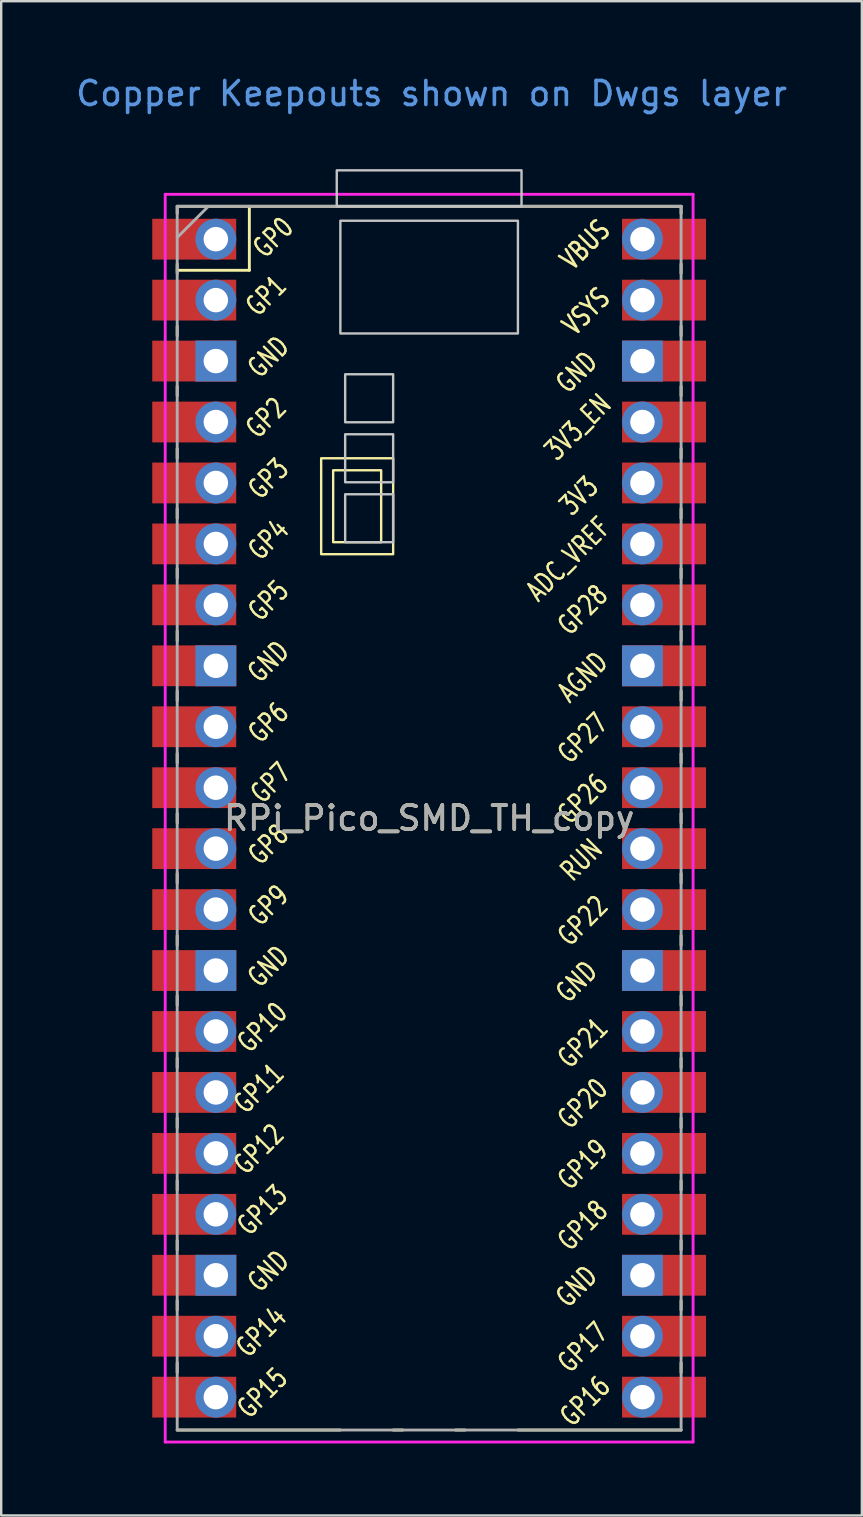
<source format=kicad_pcb>
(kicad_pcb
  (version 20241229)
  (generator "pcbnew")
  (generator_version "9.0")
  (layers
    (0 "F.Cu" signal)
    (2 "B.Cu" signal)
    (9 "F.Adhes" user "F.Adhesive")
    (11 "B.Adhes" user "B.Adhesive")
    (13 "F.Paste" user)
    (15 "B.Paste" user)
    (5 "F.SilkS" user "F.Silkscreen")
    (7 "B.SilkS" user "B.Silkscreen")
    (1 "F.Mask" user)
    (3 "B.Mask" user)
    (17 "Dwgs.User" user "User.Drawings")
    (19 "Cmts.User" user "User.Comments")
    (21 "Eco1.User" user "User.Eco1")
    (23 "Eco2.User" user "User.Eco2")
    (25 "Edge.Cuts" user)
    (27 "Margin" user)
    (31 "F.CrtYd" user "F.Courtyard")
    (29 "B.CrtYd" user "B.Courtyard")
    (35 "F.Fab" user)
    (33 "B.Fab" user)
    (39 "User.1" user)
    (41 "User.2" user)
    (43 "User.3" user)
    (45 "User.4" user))
  (footprint "RPi_Pico_SMD_TH_copy"
    (layer "F.Cu")
    (at 14.835 31.048)
    (property "Reference" "RPi_Pico_SMD_TH_copy" (at 0 0 0) (layer "F.SilkS") (effects (font (size 1 1) (thickness 0.15))))
    (attr smd)
    (fp_line (start -10.5 -25.5) (end -10.5 -25.2) (stroke (width 0.12) (type solid)) (layer "F.SilkS"))
    (fp_line (start -10.5 -25.5) (end 10.5 -25.5) (stroke (width 0.12) (type solid)) (layer "F.SilkS"))
    (fp_line (start -10.5 -23.1) (end -10.5 -22.7) (stroke (width 0.12) (type solid)) (layer "F.SilkS"))
    (fp_line (start -10.5 -22.833) (end -7.493 -22.833) (stroke (width 0.12) (type solid)) (layer "F.SilkS"))
    (fp_line (start -10.5 -20.5) (end -10.5 -20.1) (stroke (width 0.12) (type solid)) (layer "F.SilkS"))
    (fp_line (start -10.5 -18) (end -10.5 -17.6) (stroke (width 0.12) (type solid)) (layer "F.SilkS"))
    (fp_line (start -10.5 -15.4) (end -10.5 -15) (stroke (width 0.12) (type solid)) (layer "F.SilkS"))
    (fp_line (start -10.5 -12.9) (end -10.5 -12.5) (stroke (width 0.12) (type solid)) (layer "F.SilkS"))
    (fp_line (start -10.5 -10.4) (end -10.5 -10) (stroke (width 0.12) (type solid)) (layer "F.SilkS"))
    (fp_line (start -10.5 -7.8) (end -10.5 -7.4) (stroke (width 0.12) (type solid)) (layer "F.SilkS"))
    (fp_line (start -10.5 -5.3) (end -10.5 -4.9) (stroke (width 0.12) (type solid)) (layer "F.SilkS"))
    (fp_line (start -10.5 -2.7) (end -10.5 -2.3) (stroke (width 0.12) (type solid)) (layer "F.SilkS"))
    (fp_line (start -10.5 -0.2) (end -10.5 0.2) (stroke (width 0.12) (type solid)) (layer "F.SilkS"))
    (fp_line (start -10.5 2.3) (end -10.5 2.7) (stroke (width 0.12) (type solid)) (layer "F.SilkS"))
    (fp_line (start -10.5 4.9) (end -10.5 5.3) (stroke (width 0.12) (type solid)) (layer "F.SilkS"))
    (fp_line (start -10.5 7.4) (end -10.5 7.8) (stroke (width 0.12) (type solid)) (layer "F.SilkS"))
    (fp_line (start -10.5 10) (end -10.5 10.4) (stroke (width 0.12) (type solid)) (layer "F.SilkS"))
    (fp_line (start -10.5 12.5) (end -10.5 12.9) (stroke (width 0.12) (type solid)) (layer "F.SilkS"))
    (fp_line (start -10.5 15.1) (end -10.5 15.5) (stroke (width 0.12) (type solid)) (layer "F.SilkS"))
    (fp_line (start -10.5 17.6) (end -10.5 18) (stroke (width 0.12) (type solid)) (layer "F.SilkS"))
    (fp_line (start -10.5 20.1) (end -10.5 20.5) (stroke (width 0.12) (type solid)) (layer "F.SilkS"))
    (fp_line (start -10.5 22.7) (end -10.5 23.1) (stroke (width 0.12) (type solid)) (layer "F.SilkS"))
    (fp_line (start -7.493 -22.833) (end -7.493 -25.5) (stroke (width 0.12) (type solid)) (layer "F.SilkS"))
    (fp_line (start -3.7 25.5) (end -10.5 25.5) (stroke (width 0.12) (type solid)) (layer "F.SilkS"))
    (fp_line (start -1.5 25.5) (end -1.1 25.5) (stroke (width 0.12) (type solid)) (layer "F.SilkS"))
    (fp_line (start 1.1 25.5) (end 1.5 25.5) (stroke (width 0.12) (type solid)) (layer "F.SilkS"))
    (fp_line (start 10.5 -25.5) (end 10.5 -25.2) (stroke (width 0.12) (type solid)) (layer "F.SilkS"))
    (fp_line (start 10.5 -23.1) (end 10.5 -22.7) (stroke (width 0.12) (type solid)) (layer "F.SilkS"))
    (fp_line (start 10.5 -20.5) (end 10.5 -20.1) (stroke (width 0.12) (type solid)) (layer "F.SilkS"))
    (fp_line (start 10.5 -18) (end 10.5 -17.6) (stroke (width 0.12) (type solid)) (layer "F.SilkS"))
    (fp_line (start 10.5 -15.4) (end 10.5 -15) (stroke (width 0.12) (type solid)) (layer "F.SilkS"))
    (fp_line (start 10.5 -12.9) (end 10.5 -12.5) (stroke (width 0.12) (type solid)) (layer "F.SilkS"))
    (fp_line (start 10.5 -10.4) (end 10.5 -10) (stroke (width 0.12) (type solid)) (layer "F.SilkS"))
    (fp_line (start 10.5 -7.8) (end 10.5 -7.4) (stroke (width 0.12) (type solid)) (layer "F.SilkS"))
    (fp_line (start 10.5 -5.3) (end 10.5 -4.9) (stroke (width 0.12) (type solid)) (layer "F.SilkS"))
    (fp_line (start 10.5 -2.7) (end 10.5 -2.3) (stroke (width 0.12) (type solid)) (layer "F.SilkS"))
    (fp_line (start 10.5 -0.2) (end 10.5 0.2) (stroke (width 0.12) (type solid)) (layer "F.SilkS"))
    (fp_line (start 10.5 2.3) (end 10.5 2.7) (stroke (width 0.12) (type solid)) (layer "F.SilkS"))
    (fp_line (start 10.5 4.9) (end 10.5 5.3) (stroke (width 0.12) (type solid)) (layer "F.SilkS"))
    (fp_line (start 10.5 7.4) (end 10.5 7.8) (stroke (width 0.12) (type solid)) (layer "F.SilkS"))
    (fp_line (start 10.5 10) (end 10.5 10.4) (stroke (width 0.12) (type solid)) (layer "F.SilkS"))
    (fp_line (start 10.5 12.5) (end 10.5 12.9) (stroke (width 0.12) (type solid)) (layer "F.SilkS"))
    (fp_line (start 10.5 15.1) (end 10.5 15.5) (stroke (width 0.12) (type solid)) (layer "F.SilkS"))
    (fp_line (start 10.5 17.6) (end 10.5 18) (stroke (width 0.12) (type solid)) (layer "F.SilkS"))
    (fp_line (start 10.5 20.1) (end 10.5 20.5) (stroke (width 0.12) (type solid)) (layer "F.SilkS"))
    (fp_line (start 10.5 22.7) (end 10.5 23.1) (stroke (width 0.12) (type solid)) (layer "F.SilkS"))
    (fp_line (start 10.5 25.5) (end 3.7 25.5) (stroke (width 0.12) (type solid)) (layer "F.SilkS"))
    (fp_rect (start -2 -11.5) (end -4 -14.5) (stroke (width 0.1) (type default)) (fill no) (layer "F.SilkS"))
    (fp_rect (start -1.5 -11) (end -4.5 -15) (stroke (width 0.1) (type default)) (fill no) (layer "F.SilkS"))
    (fp_rect (start -3.85 -27) (end 3.85 -25.5) (stroke (width 0.1) (type solid)) (fill no) (layer "Dwgs.User"))
    (fp_poly (pts (xy -1.5 -16.5) (xy -3.5 -16.5) (xy -3.5 -18.5) (xy -1.5 -18.5)) (stroke (width 0.1) (type solid)) (fill no) (layer "Dwgs.User"))
    (fp_poly (pts (xy -1.5 -14) (xy -3.5 -14) (xy -3.5 -16) (xy -1.5 -16)) (stroke (width 0.1) (type solid)) (fill no) (layer "Dwgs.User"))
    (fp_poly (pts (xy -1.5 -11.5) (xy -3.5 -11.5) (xy -3.5 -13.5) (xy -1.5 -13.5)) (stroke (width 0.1) (type solid)) (fill no) (layer "Dwgs.User"))
    (fp_poly (pts (xy 3.7 -20.2) (xy -3.7 -20.2) (xy -3.7 -24.9) (xy 3.7 -24.9)) (stroke (width 0.1) (type solid)) (fill no) (layer "Dwgs.User"))
    (fp_line (start -11 -26) (end 11 -26) (stroke (width 0.12) (type solid)) (layer "F.CrtYd"))
    (fp_line (start -11 26) (end -11 -26) (stroke (width 0.12) (type solid)) (layer "F.CrtYd"))
    (fp_line (start 11 -26) (end 11 26) (stroke (width 0.12) (type solid)) (layer "F.CrtYd"))
    (fp_line (start 11 26) (end -11 26) (stroke (width 0.12) (type solid)) (layer "F.CrtYd"))
    (fp_line (start -10.5 -25.5) (end 10.5 -25.5) (stroke (width 0.12) (type solid)) (layer "F.Fab"))
    (fp_line (start -10.5 -24.2) (end -9.2 -25.5) (stroke (width 0.12) (type solid)) (layer "F.Fab"))
    (fp_line (start -10.5 25.5) (end -10.5 -25.5) (stroke (width 0.12) (type solid)) (layer "F.Fab"))
    (fp_line (start 10.5 -25.5) (end 10.5 25.5) (stroke (width 0.12) (type solid)) (layer "F.Fab"))
    (fp_line (start 10.5 25.5) (end -10.5 25.5) (stroke (width 0.12) (type solid)) (layer "F.Fab"))
    (fp_text user "3V3" (at 6.246 -13.43 45) (layer "F.SilkS") (effects (font (size 0.8 0.6) (thickness 0.1) (bold yes))))
    (fp_text user "AGND" (at 6.4 -5.88 45) (layer "F.SilkS") (effects (font (size 0.8 0.6) (thickness 0.1) (bold yes))))
    (fp_text user "GP1" (at -6.8 -21.77 45) (layer "F.SilkS") (effects (font (size 0.8 0.6) (thickness 0.1) (bold yes))))
    (fp_text user "GP0" (at -6.5 -24.2 45) (layer "F.SilkS") (effects (font (size 0.8 0.6) (thickness 0.1) (bold yes))))
    (fp_text user "VBUS" (at 6.5 -23.9 45) (layer "F.SilkS") (effects (font (size 0.8 0.6) (thickness 0.11) (bold yes))))
    (fp_text user "GP10" (at -6.954 8.72 45) (layer "F.SilkS") (effects (font (size 0.8 0.6) (thickness 0.1) (bold yes))))
    (fp_text user "GND" (at 6.146 -18.58 45) (layer "F.SilkS") (effects (font (size 0.8 0.6) (thickness 0.1) (bold yes))))
    (fp_text user "GND" (at 6.146 6.82 45) (layer "F.SilkS") (effects (font (size 0.8 0.6) (thickness 0.1) (bold yes))))
    (fp_text user "GND" (at -6.7 18.88 45) (layer "F.SilkS") (effects (font (size 0.8 0.6) (thickness 0.1) (bold yes))))
    (fp_text user "ADC_VREF" (at 5.8 -10.8 45) (layer "F.SilkS") (effects (font (size 0.8 0.6) (thickness 0.1) (bold yes))))
    (fp_text user "GP4" (at -6.7 -11.6 45) (layer "F.SilkS") (effects (font (size 0.8 0.6) (thickness 0.1) (bold yes))))
    (fp_text user "GP8" (at -6.7 1.1 45) (layer "F.SilkS") (effects (font (size 0.8 0.6) (thickness 0.1) (bold yes))))
    (fp_text user "GND" (at 6.146 19.52 45) (layer "F.SilkS") (effects (font (size 0.8 0.6) (thickness 0.1) (bold yes))))
    (fp_text user "GP14" (at -7 21.42 45) (layer "F.SilkS") (effects (font (size 0.8 0.6) (thickness 0.1) (bold yes))))
    (fp_text user "GP20" (at 6.4 11.9 45) (layer "F.SilkS") (effects (font (size 0.8 0.6) (thickness 0.1) (bold yes))))
    (fp_text user "VSYS" (at 6.546 -21.12 45) (layer "F.SilkS") (effects (font (size 0.8 0.6) (thickness 0.11) (bold yes))))
    (fp_text user "GP16" (at 6.5 24.3 45) (layer "F.SilkS") (effects (font (size 0.8 0.6) (thickness 0.1) (bold yes))))
    (fp_text user "GP7" (at -6.6 -1.47 45) (layer "F.SilkS") (effects (font (size 0.8 0.6) (thickness 0.1) (bold yes))))
    (fp_text user "GP21" (at 6.4 9.37 45) (layer "F.SilkS") (effects (font (size 0.8 0.6) (thickness 0.1) (bold yes))))
    (fp_text user "GP18" (at 6.4 16.98 45) (layer "F.SilkS") (effects (font (size 0.8 0.6) (thickness 0.1) (bold yes))))
    (fp_text user "GP26" (at 6.4 -0.8 45) (layer "F.SilkS") (effects (font (size 0.8 0.6) (thickness 0.1) (bold yes))))
    (fp_text user "RUN" (at 6.346 1.74 45) (layer "F.SilkS") (effects (font (size 0.8 0.6) (thickness 0.1) (bold yes))))
    (fp_text user "3V3_EN" (at 6.2 -16.3 45) (layer "F.SilkS") (effects (font (size 0.8 0.6) (thickness 0.1) (bold yes))))
    (fp_text user "GP9" (at -6.7 3.64 45) (layer "F.SilkS") (effects (font (size 0.8 0.6) (thickness 0.1) (bold yes))))
    (fp_text user "GND" (at -6.7 -6.52 45) (layer "F.SilkS") (effects (font (size 0.8 0.6) (thickness 0.1) (bold yes))))
    (fp_text user "GP5" (at -6.7 -9.06 45) (layer "F.SilkS") (effects (font (size 0.8 0.6) (thickness 0.1) (bold yes))))
    (fp_text user "GP12" (at -7.1 13.8 45) (layer "F.SilkS") (effects (font (size 0.8 0.6) (thickness 0.1) (bold yes))))
    (fp_text user "GP15" (at -6.954 23.96 45) (layer "F.SilkS") (effects (font (size 0.8 0.6) (thickness 0.1) (bold yes))))
    (fp_text user "GP17" (at 6.4 22.06 45) (layer "F.SilkS") (effects (font (size 0.8 0.6) (thickness 0.1) (bold yes))))
    (fp_text user "GP19" (at 6.4 14.44 45) (layer "F.SilkS") (effects (font (size 0.8 0.6) (thickness 0.1) (bold yes))))
    (fp_text user "GP28" (at 6.4 -8.674 45) (layer "F.SilkS") (effects (font (size 0.8 0.6) (thickness 0.1) (bold yes))))
    (fp_text user "GP6" (at -6.7 -3.98 45) (layer "F.SilkS") (effects (font (size 0.8 0.6) (thickness 0.1) (bold yes))))
    (fp_text user "GP2" (at -6.8 -16.68 45) (layer "F.SilkS") (effects (font (size 0.8 0.6) (thickness 0.1) (bold yes))))
    (fp_text user "GP27" (at 6.4 -3.33 45) (layer "F.SilkS") (effects (font (size 0.8 0.6) (thickness 0.1) (bold yes))))
    (fp_text user "GP22" (at 6.4 4.28 45) (layer "F.SilkS") (effects (font (size 0.8 0.6) (thickness 0.1) (bold yes))))
    (fp_text user "GND" (at -6.7 -19.22 45) (layer "F.SilkS") (effects (font (size 0.8 0.6) (thickness 0.1) (bold yes))))
    (fp_text user "GP11" (at -7.1 11.26 45) (layer "F.SilkS") (effects (font (size 0.8 0.6) (thickness 0.1) (bold yes))))
    (fp_text user "GND" (at -6.7 6.18 45) (layer "F.SilkS") (effects (font (size 0.8 0.6) (thickness 0.1) (bold yes))))
    (fp_text user "GP3" (at -6.7 -14.14 45) (layer "F.SilkS") (effects (font (size 0.8 0.6) (thickness 0.1) (bold yes))))
    (fp_text user "GP13" (at -6.954 16.34 45) (layer "F.SilkS") (effects (font (size 0.8 0.6) (thickness 0.1) (bold yes))))
    (fp_text user "Copper Keepouts shown on Dwgs layer" (at 0.1 -30.2 0) (layer "Cmts.User") (effects (font (size 1 1) (thickness 0.15))))
    (fp_text user "${REFERENCE}" (at 0 0 180) (layer "F.Fab") (effects (font (size 1 1) (thickness 0.15))))
    (pad "1" thru_hole oval (at -8.89 -24.13) (size 1.7 1.7) (drill 1.02) (layers "*.Cu" "*.Mask"))
    (pad "1" smd rect (at -8.89 -24.13) (size 3.5 1.7) (drill (offset -0.9 0)) (layers "F.Cu" "F.Mask"))
    (pad "2" thru_hole oval (at -8.89 -21.59) (size 1.7 1.7) (drill 1.02) (layers "*.Cu" "*.Mask"))
    (pad "2" smd rect (at -8.89 -21.59) (size 3.5 1.7) (drill (offset -0.9 0)) (layers "F.Cu" "F.Mask"))
    (pad "3" thru_hole rect (at -8.89 -19.05) (size 1.7 1.7) (drill 1.02) (layers "*.Cu" "*.Mask"))
    (pad "3" smd rect (at -8.89 -19.05) (size 3.5 1.7) (drill (offset -0.9 0)) (layers "F.Cu" "F.Mask"))
    (pad "4" thru_hole oval (at -8.89 -16.51) (size 1.7 1.7) (drill 1.02) (layers "*.Cu" "*.Mask"))
    (pad "4" smd rect (at -8.89 -16.51) (size 3.5 1.7) (drill (offset -0.9 0)) (layers "F.Cu" "F.Mask"))
    (pad "5" thru_hole oval (at -8.89 -13.97) (size 1.7 1.7) (drill 1.02) (layers "*.Cu" "*.Mask"))
    (pad "5" smd rect (at -8.89 -13.97) (size 3.5 1.7) (drill (offset -0.9 0)) (layers "F.Cu" "F.Mask"))
    (pad "6" thru_hole oval (at -8.89 -11.43) (size 1.7 1.7) (drill 1.02) (layers "*.Cu" "*.Mask"))
    (pad "6" smd rect (at -8.89 -11.43) (size 3.5 1.7) (drill (offset -0.9 0)) (layers "F.Cu" "F.Mask"))
    (pad "7" thru_hole oval (at -8.89 -8.89) (size 1.7 1.7) (drill 1.02) (layers "*.Cu" "*.Mask"))
    (pad "7" smd rect (at -8.89 -8.89) (size 3.5 1.7) (drill (offset -0.9 0)) (layers "F.Cu" "F.Mask"))
    (pad "8" thru_hole rect (at -8.89 -6.35) (size 1.7 1.7) (drill 1.02) (layers "*.Cu" "*.Mask"))
    (pad "8" smd rect (at -8.89 -6.35) (size 3.5 1.7) (drill (offset -0.9 0)) (layers "F.Cu" "F.Mask"))
    (pad "9" thru_hole oval (at -8.89 -3.81) (size 1.7 1.7) (drill 1.02) (layers "*.Cu" "*.Mask"))
    (pad "9" smd rect (at -8.89 -3.81) (size 3.5 1.7) (drill (offset -0.9 0)) (layers "F.Cu" "F.Mask"))
    (pad "10" thru_hole oval (at -8.89 -1.27) (size 1.7 1.7) (drill 1.02) (layers "*.Cu" "*.Mask"))
    (pad "10" smd rect (at -8.89 -1.27) (size 3.5 1.7) (drill (offset -0.9 0)) (layers "F.Cu" "F.Mask"))
    (pad "11" thru_hole oval (at -8.89 1.27) (size 1.7 1.7) (drill 1.02) (layers "*.Cu" "*.Mask"))
    (pad "11" smd rect (at -8.89 1.27) (size 3.5 1.7) (drill (offset -0.9 0)) (layers "F.Cu" "F.Mask"))
    (pad "12" thru_hole oval (at -8.89 3.81) (size 1.7 1.7) (drill 1.02) (layers "*.Cu" "*.Mask"))
    (pad "12" smd rect (at -8.89 3.81) (size 3.5 1.7) (drill (offset -0.9 0)) (layers "F.Cu" "F.Mask"))
    (pad "13" thru_hole rect (at -8.89 6.35) (size 1.7 1.7) (drill 1.02) (layers "*.Cu" "*.Mask"))
    (pad "13" smd rect (at -8.89 6.35) (size 3.5 1.7) (drill (offset -0.9 0)) (layers "F.Cu" "F.Mask"))
    (pad "14" thru_hole oval (at -8.89 8.89) (size 1.7 1.7) (drill 1.02) (layers "*.Cu" "*.Mask"))
    (pad "14" smd rect (at -8.89 8.89) (size 3.5 1.7) (drill (offset -0.9 0)) (layers "F.Cu" "F.Mask"))
    (pad "15" thru_hole oval (at -8.89 11.43) (size 1.7 1.7) (drill 1.02) (layers "*.Cu" "*.Mask"))
    (pad "15" smd rect (at -8.89 11.43) (size 3.5 1.7) (drill (offset -0.9 0)) (layers "F.Cu" "F.Mask"))
    (pad "16" thru_hole oval (at -8.89 13.97) (size 1.7 1.7) (drill 1.02) (layers "*.Cu" "*.Mask"))
    (pad "16" smd rect (at -8.89 13.97) (size 3.5 1.7) (drill (offset -0.9 0)) (layers "F.Cu" "F.Mask"))
    (pad "17" thru_hole oval (at -8.89 16.51) (size 1.7 1.7) (drill 1.02) (layers "*.Cu" "*.Mask"))
    (pad "17" smd rect (at -8.89 16.51) (size 3.5 1.7) (drill (offset -0.9 0)) (layers "F.Cu" "F.Mask"))
    (pad "18" thru_hole rect (at -8.89 19.05) (size 1.7 1.7) (drill 1.02) (layers "*.Cu" "*.Mask"))
    (pad "18" smd rect (at -8.89 19.05) (size 3.5 1.7) (drill (offset -0.9 0)) (layers "F.Cu" "F.Mask"))
    (pad "19" thru_hole oval (at -8.89 21.59) (size 1.7 1.7) (drill 1.02) (layers "*.Cu" "*.Mask"))
    (pad "19" smd rect (at -8.89 21.59) (size 3.5 1.7) (drill (offset -0.9 0)) (layers "F.Cu" "F.Mask"))
    (pad "20" thru_hole oval (at -8.89 24.13) (size 1.7 1.7) (drill 1.02) (layers "*.Cu" "*.Mask"))
    (pad "20" smd rect (at -8.89 24.13) (size 3.5 1.7) (drill (offset -0.9 0)) (layers "F.Cu" "F.Mask"))
    (pad "21" thru_hole oval (at 8.89 24.13) (size 1.7 1.7) (drill 1.02) (layers "*.Cu" "*.Mask"))
    (pad "21" smd rect (at 8.89 24.13) (size 3.5 1.7) (drill (offset 0.9 0)) (layers "F.Cu" "F.Mask"))
    (pad "22" thru_hole oval (at 8.89 21.59) (size 1.7 1.7) (drill 1.02) (layers "*.Cu" "*.Mask"))
    (pad "22" smd rect (at 8.89 21.59) (size 3.5 1.7) (drill (offset 0.9 0)) (layers "F.Cu" "F.Mask"))
    (pad "23" thru_hole rect (at 8.89 19.05) (size 1.7 1.7) (drill 1.02) (layers "*.Cu" "*.Mask"))
    (pad "23" smd rect (at 8.89 19.05) (size 3.5 1.7) (drill (offset 0.9 0)) (layers "F.Cu" "F.Mask"))
    (pad "24" thru_hole oval (at 8.89 16.51) (size 1.7 1.7) (drill 1.02) (layers "*.Cu" "*.Mask"))
    (pad "24" smd rect (at 8.89 16.51) (size 3.5 1.7) (drill (offset 0.9 0)) (layers "F.Cu" "F.Mask"))
    (pad "25" thru_hole oval (at 8.89 13.97) (size 1.7 1.7) (drill 1.02) (layers "*.Cu" "*.Mask"))
    (pad "25" smd rect (at 8.89 13.97) (size 3.5 1.7) (drill (offset 0.9 0)) (layers "F.Cu" "F.Mask"))
    (pad "26" thru_hole oval (at 8.89 11.43) (size 1.7 1.7) (drill 1.02) (layers "*.Cu" "*.Mask"))
    (pad "26" smd rect (at 8.89 11.43) (size 3.5 1.7) (drill (offset 0.9 0)) (layers "F.Cu" "F.Mask"))
    (pad "27" thru_hole oval (at 8.89 8.89) (size 1.7 1.7) (drill 1.02) (layers "*.Cu" "*.Mask"))
    (pad "27" smd rect (at 8.89 8.89) (size 3.5 1.7) (drill (offset 0.9 0)) (layers "F.Cu" "F.Mask"))
    (pad "28" thru_hole rect (at 8.89 6.35) (size 1.7 1.7) (drill 1.02) (layers "*.Cu" "*.Mask"))
    (pad "28" smd rect (at 8.89 6.35) (size 3.5 1.7) (drill (offset 0.9 0)) (layers "F.Cu" "F.Mask"))
    (pad "29" thru_hole oval (at 8.89 3.81) (size 1.7 1.7) (drill 1.02) (layers "*.Cu" "*.Mask"))
    (pad "29" smd rect (at 8.89 3.81) (size 3.5 1.7) (drill (offset 0.9 0)) (layers "F.Cu" "F.Mask"))
    (pad "30" thru_hole oval (at 8.89 1.27) (size 1.7 1.7) (drill 1.02) (layers "*.Cu" "*.Mask"))
    (pad "30" smd rect (at 8.89 1.27) (size 3.5 1.7) (drill (offset 0.9 0)) (layers "F.Cu" "F.Mask"))
    (pad "31" thru_hole oval (at 8.89 -1.27) (size 1.7 1.7) (drill 1.02) (layers "*.Cu" "*.Mask"))
    (pad "31" smd rect (at 8.89 -1.27) (size 3.5 1.7) (drill (offset 0.9 0)) (layers "F.Cu" "F.Mask"))
    (pad "32" thru_hole oval (at 8.89 -3.81) (size 1.7 1.7) (drill 1.02) (layers "*.Cu" "*.Mask"))
    (pad "32" smd rect (at 8.89 -3.81) (size 3.5 1.7) (drill (offset 0.9 0)) (layers "F.Cu" "F.Mask"))
    (pad "33" thru_hole rect (at 8.89 -6.35) (size 1.7 1.7) (drill 1.02) (layers "*.Cu" "*.Mask"))
    (pad "33" smd rect (at 8.89 -6.35) (size 3.5 1.7) (drill (offset 0.9 0)) (layers "F.Cu" "F.Mask"))
    (pad "34" thru_hole oval (at 8.89 -8.89) (size 1.7 1.7) (drill 1.02) (layers "*.Cu" "*.Mask"))
    (pad "34" smd rect (at 8.89 -8.89) (size 3.5 1.7) (drill (offset 0.9 0)) (layers "F.Cu" "F.Mask"))
    (pad "35" thru_hole oval (at 8.89 -11.43) (size 1.7 1.7) (drill 1.02) (layers "*.Cu" "*.Mask"))
    (pad "35" smd rect (at 8.89 -11.43) (size 3.5 1.7) (drill (offset 0.9 0)) (layers "F.Cu" "F.Mask"))
    (pad "36" thru_hole oval (at 8.89 -13.97) (size 1.7 1.7) (drill 1.02) (layers "*.Cu" "*.Mask"))
    (pad "36" smd rect (at 8.89 -13.97) (size 3.5 1.7) (drill (offset 0.9 0)) (layers "F.Cu" "F.Mask"))
    (pad "37" thru_hole oval (at 8.89 -16.51) (size 1.7 1.7) (drill 1.02) (layers "*.Cu" "*.Mask"))
    (pad "37" smd rect (at 8.89 -16.51) (size 3.5 1.7) (drill (offset 0.9 0)) (layers "F.Cu" "F.Mask"))
    (pad "38" thru_hole rect (at 8.89 -19.05) (size 1.7 1.7) (drill 1.02) (layers "*.Cu" "*.Mask"))
    (pad "38" smd rect (at 8.89 -19.05) (size 3.5 1.7) (drill (offset 0.9 0)) (layers "F.Cu" "F.Mask"))
    (pad "39" thru_hole oval (at 8.89 -21.59) (size 1.7 1.7) (drill 1.02) (layers "*.Cu" "*.Mask"))
    (pad "39" smd rect (at 8.89 -21.59) (size 3.5 1.7) (drill (offset 0.9 0)) (layers "F.Cu" "F.Mask"))
    (pad "40" thru_hole oval (at 8.89 -24.13) (size 1.7 1.7) (drill 1.02) (layers "*.Cu" "*.Mask"))
    (pad "40" smd rect (at 8.89 -24.13) (size 3.5 1.7) (drill (offset 0.9 0)) (layers "F.Cu" "F.Mask")))
  (gr_rect
    (start -3 -3)
    (end 32.869 60.108)
    (stroke (width 0.1) (type default))
    (fill no)
    (layer "Edge.Cuts")))
</source>
